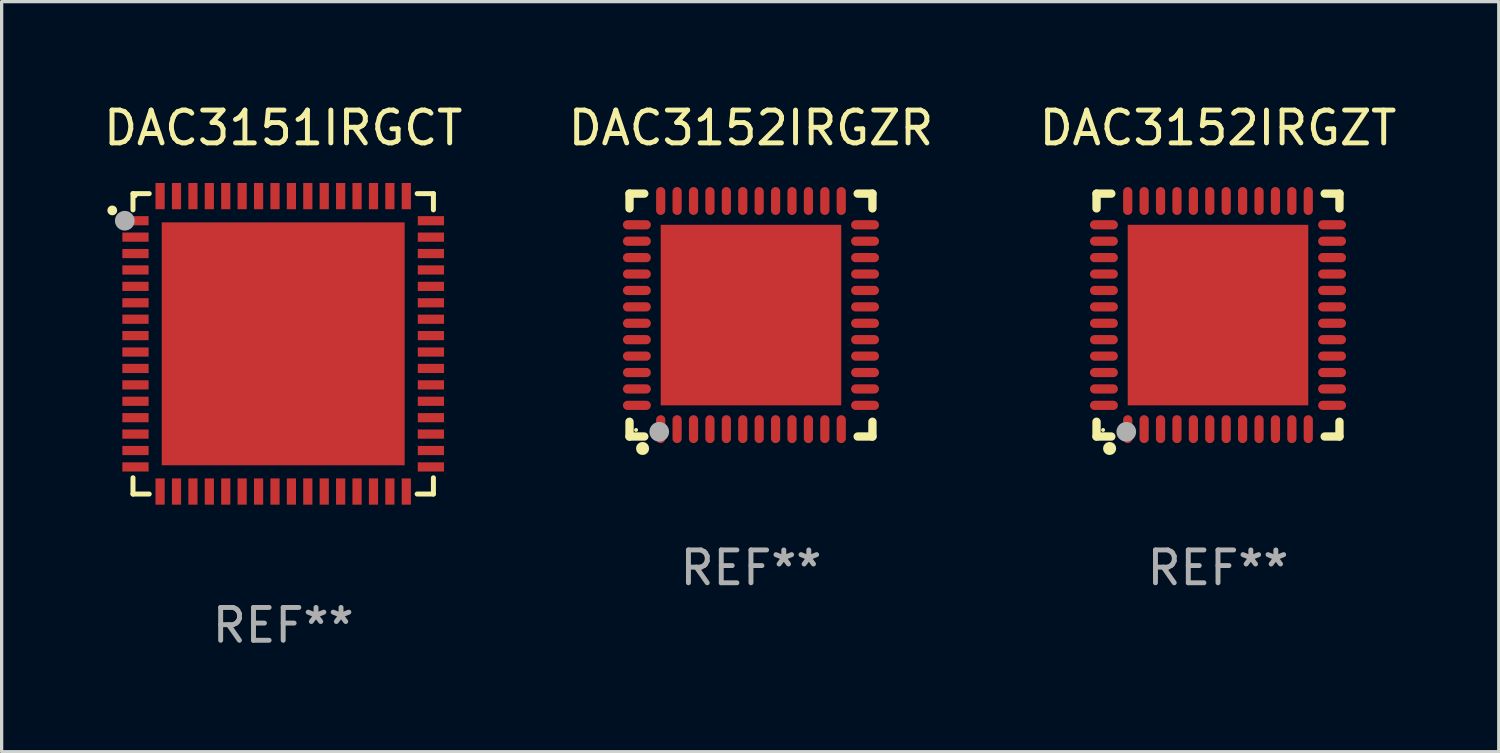
<source format=kicad_pcb>
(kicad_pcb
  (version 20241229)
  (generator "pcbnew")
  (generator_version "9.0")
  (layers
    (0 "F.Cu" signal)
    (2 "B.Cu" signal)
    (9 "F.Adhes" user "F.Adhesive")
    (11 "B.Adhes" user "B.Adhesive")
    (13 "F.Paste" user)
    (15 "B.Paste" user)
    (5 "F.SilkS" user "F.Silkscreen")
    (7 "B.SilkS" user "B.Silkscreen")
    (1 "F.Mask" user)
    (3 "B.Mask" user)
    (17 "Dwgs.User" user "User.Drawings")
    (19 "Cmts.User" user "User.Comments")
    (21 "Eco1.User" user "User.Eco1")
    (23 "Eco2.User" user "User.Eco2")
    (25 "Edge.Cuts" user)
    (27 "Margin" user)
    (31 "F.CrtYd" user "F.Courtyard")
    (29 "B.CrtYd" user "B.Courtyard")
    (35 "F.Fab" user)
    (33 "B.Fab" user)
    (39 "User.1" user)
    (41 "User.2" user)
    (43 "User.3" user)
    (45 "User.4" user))
  (footprint "DAC3152IRGZR"
    (layer "F.Cu")
    (at 19.827 6.548)
    (property "Reference" "DAC3152IRGZR" (at 0 -5.7 0) (layer "F.SilkS") (effects (font (size 1 1) (thickness 0.15))))
    (attr through_hole)
    (fp_line (start -3.7 -3.7) (end -3.25 -3.7) (stroke (width 0.254) (type solid)) (layer "F.SilkS"))
    (fp_line (start -3.7 -3.25) (end -3.7 -3.7) (stroke (width 0.254) (type solid)) (layer "F.SilkS"))
    (fp_line (start -3.7 3.7) (end -3.7 3.25) (stroke (width 0.254) (type solid)) (layer "F.SilkS"))
    (fp_line (start -3.25 3.7) (end -3.7 3.7) (stroke (width 0.254) (type solid)) (layer "F.SilkS"))
    (fp_line (start 3.25 3.7) (end 3.7 3.7) (stroke (width 0.254) (type solid)) (layer "F.SilkS"))
    (fp_line (start 3.7 -3.7) (end 3.25 -3.7) (stroke (width 0.254) (type solid)) (layer "F.SilkS"))
    (fp_line (start 3.7 -3.25) (end 3.7 -3.7) (stroke (width 0.254) (type solid)) (layer "F.SilkS"))
    (fp_line (start 3.7 3.7) (end 3.7 3.25) (stroke (width 0.254) (type solid)) (layer "F.SilkS"))
    (fp_circle (center -3.5 3.5) (end -3.47 3.5) (stroke (width 0.06) (type solid)) (fill no) (layer "F.SilkS"))
    (fp_circle (center -3.302 4.064) (end -3.202 4.064) (stroke (width 0.2) (type solid)) (fill no) (layer "F.SilkS"))
    (fp_circle (center -2.794 3.556) (end -2.644 3.556) (stroke (width 0.3) (type solid)) (fill no) (layer "F.Fab"))
    (fp_text user "REF**" (at 0 7.7 0) (layer "F.Fab") (effects (font (size 1 1) (thickness 0.15))))
    (pad "1" smd oval (at -2.75 3.475) (size 0.28 0.85) (layers "F.Cu" "F.Mask" "F.Paste"))
    (pad "2" smd oval (at -2.25 3.475) (size 0.28 0.85) (layers "F.Cu" "F.Mask" "F.Paste"))
    (pad "3" smd oval (at -1.75 3.475) (size 0.28 0.85) (layers "F.Cu" "F.Mask" "F.Paste"))
    (pad "4" smd oval (at -1.25 3.475) (size 0.28 0.85) (layers "F.Cu" "F.Mask" "F.Paste"))
    (pad "5" smd oval (at -0.75 3.475) (size 0.28 0.85) (layers "F.Cu" "F.Mask" "F.Paste"))
    (pad "6" smd oval (at -0.25 3.475) (size 0.28 0.85) (layers "F.Cu" "F.Mask" "F.Paste"))
    (pad "7" smd oval (at 0.25 3.475) (size 0.28 0.85) (layers "F.Cu" "F.Mask" "F.Paste"))
    (pad "8" smd oval (at 0.75 3.475) (size 0.28 0.85) (layers "F.Cu" "F.Mask" "F.Paste"))
    (pad "9" smd oval (at 1.25 3.475) (size 0.28 0.85) (layers "F.Cu" "F.Mask" "F.Paste"))
    (pad "10" smd oval (at 1.75 3.475) (size 0.28 0.85) (layers "F.Cu" "F.Mask" "F.Paste"))
    (pad "11" smd oval (at 2.25 3.475) (size 0.28 0.85) (layers "F.Cu" "F.Mask" "F.Paste"))
    (pad "12" smd oval (at 2.75 3.475) (size 0.28 0.85) (layers "F.Cu" "F.Mask" "F.Paste"))
    (pad "13" smd oval (at 3.475 2.75) (size 0.85 0.28) (layers "F.Cu" "F.Mask" "F.Paste"))
    (pad "14" smd oval (at 3.475 2.25) (size 0.85 0.28) (layers "F.Cu" "F.Mask" "F.Paste"))
    (pad "15" smd oval (at 3.475 1.75) (size 0.85 0.28) (layers "F.Cu" "F.Mask" "F.Paste"))
    (pad "16" smd oval (at 3.475 1.25) (size 0.85 0.28) (layers "F.Cu" "F.Mask" "F.Paste"))
    (pad "17" smd oval (at 3.475 0.75) (size 0.85 0.28) (layers "F.Cu" "F.Mask" "F.Paste"))
    (pad "18" smd oval (at 3.475 0.25) (size 0.85 0.28) (layers "F.Cu" "F.Mask" "F.Paste"))
    (pad "19" smd oval (at 3.475 -0.25) (size 0.85 0.28) (layers "F.Cu" "F.Mask" "F.Paste"))
    (pad "20" smd oval (at 3.475 -0.75) (size 0.85 0.28) (layers "F.Cu" "F.Mask" "F.Paste"))
    (pad "21" smd oval (at 3.475 -1.25) (size 0.85 0.28) (layers "F.Cu" "F.Mask" "F.Paste"))
    (pad "22" smd oval (at 3.475 -1.75) (size 0.85 0.28) (layers "F.Cu" "F.Mask" "F.Paste"))
    (pad "23" smd oval (at 3.475 -2.25) (size 0.85 0.28) (layers "F.Cu" "F.Mask" "F.Paste"))
    (pad "24" smd oval (at 3.475 -2.75) (size 0.85 0.28) (layers "F.Cu" "F.Mask" "F.Paste"))
    (pad "25" smd oval (at 2.75 -3.475) (size 0.28 0.85) (layers "F.Cu" "F.Mask" "F.Paste"))
    (pad "26" smd oval (at 2.25 -3.475) (size 0.28 0.85) (layers "F.Cu" "F.Mask" "F.Paste"))
    (pad "27" smd oval (at 1.75 -3.475) (size 0.28 0.85) (layers "F.Cu" "F.Mask" "F.Paste"))
    (pad "28" smd oval (at 1.25 -3.475) (size 0.28 0.85) (layers "F.Cu" "F.Mask" "F.Paste"))
    (pad "29" smd oval (at 0.75 -3.475) (size 0.28 0.85) (layers "F.Cu" "F.Mask" "F.Paste"))
    (pad "30" smd oval (at 0.25 -3.475) (size 0.28 0.85) (layers "F.Cu" "F.Mask" "F.Paste"))
    (pad "31" smd oval (at -0.25 -3.475) (size 0.28 0.85) (layers "F.Cu" "F.Mask" "F.Paste"))
    (pad "32" smd oval (at -0.75 -3.475) (size 0.28 0.85) (layers "F.Cu" "F.Mask" "F.Paste"))
    (pad "33" smd oval (at -1.25 -3.475) (size 0.28 0.85) (layers "F.Cu" "F.Mask" "F.Paste"))
    (pad "34" smd oval (at -1.75 -3.475) (size 0.28 0.85) (layers "F.Cu" "F.Mask" "F.Paste"))
    (pad "35" smd oval (at -2.25 -3.475) (size 0.28 0.85) (layers "F.Cu" "F.Mask" "F.Paste"))
    (pad "36" smd oval (at -2.75 -3.475) (size 0.28 0.85) (layers "F.Cu" "F.Mask" "F.Paste"))
    (pad "37" smd oval (at -3.475 -2.75) (size 0.85 0.28) (layers "F.Cu" "F.Mask" "F.Paste"))
    (pad "38" smd oval (at -3.475 -2.25) (size 0.85 0.28) (layers "F.Cu" "F.Mask" "F.Paste"))
    (pad "39" smd oval (at -3.475 -1.75) (size 0.85 0.28) (layers "F.Cu" "F.Mask" "F.Paste"))
    (pad "40" smd oval (at -3.475 -1.25) (size 0.85 0.28) (layers "F.Cu" "F.Mask" "F.Paste"))
    (pad "41" smd oval (at -3.475 -0.75) (size 0.85 0.28) (layers "F.Cu" "F.Mask" "F.Paste"))
    (pad "42" smd oval (at -3.475 -0.25) (size 0.85 0.28) (layers "F.Cu" "F.Mask" "F.Paste"))
    (pad "43" smd oval (at -3.475 0.25) (size 0.85 0.28) (layers "F.Cu" "F.Mask" "F.Paste"))
    (pad "44" smd oval (at -3.475 0.75) (size 0.85 0.28) (layers "F.Cu" "F.Mask" "F.Paste"))
    (pad "45" smd oval (at -3.475 1.25) (size 0.85 0.28) (layers "F.Cu" "F.Mask" "F.Paste"))
    (pad "46" smd oval (at -3.475 1.75) (size 0.85 0.28) (layers "F.Cu" "F.Mask" "F.Paste"))
    (pad "47" smd oval (at -3.475 2.25) (size 0.85 0.28) (layers "F.Cu" "F.Mask" "F.Paste"))
    (pad "48" smd oval (at -3.475 2.75) (size 0.85 0.28) (layers "F.Cu" "F.Mask" "F.Paste"))
    (pad "49" smd rect (at -0.000102 0.000102) (size 5.5 5.5) (layers "F.Cu" "F.Mask" "F.Paste")))
  (footprint "DAC3152IRGZT"
    (layer "F.Cu")
    (at 34.054 6.548)
    (property "Reference" "DAC3152IRGZT" (at 0 -5.7 0) (layer "F.SilkS") (effects (font (size 1 1) (thickness 0.15))))
    (attr through_hole)
    (fp_line (start -3.7 -3.7) (end -3.25 -3.7) (stroke (width 0.254) (type solid)) (layer "F.SilkS"))
    (fp_line (start -3.7 -3.25) (end -3.7 -3.7) (stroke (width 0.254) (type solid)) (layer "F.SilkS"))
    (fp_line (start -3.7 3.7) (end -3.7 3.25) (stroke (width 0.254) (type solid)) (layer "F.SilkS"))
    (fp_line (start -3.25 3.7) (end -3.7 3.7) (stroke (width 0.254) (type solid)) (layer "F.SilkS"))
    (fp_line (start 3.25 3.7) (end 3.7 3.7) (stroke (width 0.254) (type solid)) (layer "F.SilkS"))
    (fp_line (start 3.7 -3.7) (end 3.25 -3.7) (stroke (width 0.254) (type solid)) (layer "F.SilkS"))
    (fp_line (start 3.7 -3.25) (end 3.7 -3.7) (stroke (width 0.254) (type solid)) (layer "F.SilkS"))
    (fp_line (start 3.7 3.7) (end 3.7 3.25) (stroke (width 0.254) (type solid)) (layer "F.SilkS"))
    (fp_circle (center -3.5 3.5) (end -3.47 3.5) (stroke (width 0.06) (type solid)) (fill no) (layer "F.SilkS"))
    (fp_circle (center -3.302 4.064) (end -3.202 4.064) (stroke (width 0.2) (type solid)) (fill no) (layer "F.SilkS"))
    (fp_circle (center -2.794 3.556) (end -2.644 3.556) (stroke (width 0.3) (type solid)) (fill no) (layer "F.Fab"))
    (fp_text user "REF**" (at 0 7.7 0) (layer "F.Fab") (effects (font (size 1 1) (thickness 0.15))))
    (pad "1" smd oval (at -2.75 3.475) (size 0.28 0.85) (layers "F.Cu" "F.Mask" "F.Paste"))
    (pad "2" smd oval (at -2.25 3.475) (size 0.28 0.85) (layers "F.Cu" "F.Mask" "F.Paste"))
    (pad "3" smd oval (at -1.75 3.475) (size 0.28 0.85) (layers "F.Cu" "F.Mask" "F.Paste"))
    (pad "4" smd oval (at -1.25 3.475) (size 0.28 0.85) (layers "F.Cu" "F.Mask" "F.Paste"))
    (pad "5" smd oval (at -0.75 3.475) (size 0.28 0.85) (layers "F.Cu" "F.Mask" "F.Paste"))
    (pad "6" smd oval (at -0.25 3.475) (size 0.28 0.85) (layers "F.Cu" "F.Mask" "F.Paste"))
    (pad "7" smd oval (at 0.25 3.475) (size 0.28 0.85) (layers "F.Cu" "F.Mask" "F.Paste"))
    (pad "8" smd oval (at 0.75 3.475) (size 0.28 0.85) (layers "F.Cu" "F.Mask" "F.Paste"))
    (pad "9" smd oval (at 1.25 3.475) (size 0.28 0.85) (layers "F.Cu" "F.Mask" "F.Paste"))
    (pad "10" smd oval (at 1.75 3.475) (size 0.28 0.85) (layers "F.Cu" "F.Mask" "F.Paste"))
    (pad "11" smd oval (at 2.25 3.475) (size 0.28 0.85) (layers "F.Cu" "F.Mask" "F.Paste"))
    (pad "12" smd oval (at 2.75 3.475) (size 0.28 0.85) (layers "F.Cu" "F.Mask" "F.Paste"))
    (pad "13" smd oval (at 3.475 2.75) (size 0.85 0.28) (layers "F.Cu" "F.Mask" "F.Paste"))
    (pad "14" smd oval (at 3.475 2.25) (size 0.85 0.28) (layers "F.Cu" "F.Mask" "F.Paste"))
    (pad "15" smd oval (at 3.475 1.75) (size 0.85 0.28) (layers "F.Cu" "F.Mask" "F.Paste"))
    (pad "16" smd oval (at 3.475 1.25) (size 0.85 0.28) (layers "F.Cu" "F.Mask" "F.Paste"))
    (pad "17" smd oval (at 3.475 0.75) (size 0.85 0.28) (layers "F.Cu" "F.Mask" "F.Paste"))
    (pad "18" smd oval (at 3.475 0.25) (size 0.85 0.28) (layers "F.Cu" "F.Mask" "F.Paste"))
    (pad "19" smd oval (at 3.475 -0.25) (size 0.85 0.28) (layers "F.Cu" "F.Mask" "F.Paste"))
    (pad "20" smd oval (at 3.475 -0.75) (size 0.85 0.28) (layers "F.Cu" "F.Mask" "F.Paste"))
    (pad "21" smd oval (at 3.475 -1.25) (size 0.85 0.28) (layers "F.Cu" "F.Mask" "F.Paste"))
    (pad "22" smd oval (at 3.475 -1.75) (size 0.85 0.28) (layers "F.Cu" "F.Mask" "F.Paste"))
    (pad "23" smd oval (at 3.475 -2.25) (size 0.85 0.28) (layers "F.Cu" "F.Mask" "F.Paste"))
    (pad "24" smd oval (at 3.475 -2.75) (size 0.85 0.28) (layers "F.Cu" "F.Mask" "F.Paste"))
    (pad "25" smd oval (at 2.75 -3.475) (size 0.28 0.85) (layers "F.Cu" "F.Mask" "F.Paste"))
    (pad "26" smd oval (at 2.25 -3.475) (size 0.28 0.85) (layers "F.Cu" "F.Mask" "F.Paste"))
    (pad "27" smd oval (at 1.75 -3.475) (size 0.28 0.85) (layers "F.Cu" "F.Mask" "F.Paste"))
    (pad "28" smd oval (at 1.25 -3.475) (size 0.28 0.85) (layers "F.Cu" "F.Mask" "F.Paste"))
    (pad "29" smd oval (at 0.75 -3.475) (size 0.28 0.85) (layers "F.Cu" "F.Mask" "F.Paste"))
    (pad "30" smd oval (at 0.25 -3.475) (size 0.28 0.85) (layers "F.Cu" "F.Mask" "F.Paste"))
    (pad "31" smd oval (at -0.25 -3.475) (size 0.28 0.85) (layers "F.Cu" "F.Mask" "F.Paste"))
    (pad "32" smd oval (at -0.75 -3.475) (size 0.28 0.85) (layers "F.Cu" "F.Mask" "F.Paste"))
    (pad "33" smd oval (at -1.25 -3.475) (size 0.28 0.85) (layers "F.Cu" "F.Mask" "F.Paste"))
    (pad "34" smd oval (at -1.75 -3.475) (size 0.28 0.85) (layers "F.Cu" "F.Mask" "F.Paste"))
    (pad "35" smd oval (at -2.25 -3.475) (size 0.28 0.85) (layers "F.Cu" "F.Mask" "F.Paste"))
    (pad "36" smd oval (at -2.75 -3.475) (size 0.28 0.85) (layers "F.Cu" "F.Mask" "F.Paste"))
    (pad "37" smd oval (at -3.475 -2.75) (size 0.85 0.28) (layers "F.Cu" "F.Mask" "F.Paste"))
    (pad "38" smd oval (at -3.475 -2.25) (size 0.85 0.28) (layers "F.Cu" "F.Mask" "F.Paste"))
    (pad "39" smd oval (at -3.475 -1.75) (size 0.85 0.28) (layers "F.Cu" "F.Mask" "F.Paste"))
    (pad "40" smd oval (at -3.475 -1.25) (size 0.85 0.28) (layers "F.Cu" "F.Mask" "F.Paste"))
    (pad "41" smd oval (at -3.475 -0.75) (size 0.85 0.28) (layers "F.Cu" "F.Mask" "F.Paste"))
    (pad "42" smd oval (at -3.475 -0.25) (size 0.85 0.28) (layers "F.Cu" "F.Mask" "F.Paste"))
    (pad "43" smd oval (at -3.475 0.25) (size 0.85 0.28) (layers "F.Cu" "F.Mask" "F.Paste"))
    (pad "44" smd oval (at -3.475 0.75) (size 0.85 0.28) (layers "F.Cu" "F.Mask" "F.Paste"))
    (pad "45" smd oval (at -3.475 1.25) (size 0.85 0.28) (layers "F.Cu" "F.Mask" "F.Paste"))
    (pad "46" smd oval (at -3.475 1.75) (size 0.85 0.28) (layers "F.Cu" "F.Mask" "F.Paste"))
    (pad "47" smd oval (at -3.475 2.25) (size 0.85 0.28) (layers "F.Cu" "F.Mask" "F.Paste"))
    (pad "48" smd oval (at -3.475 2.75) (size 0.85 0.28) (layers "F.Cu" "F.Mask" "F.Paste"))
    (pad "49" smd rect (at -0.000102 0.000102) (size 5.5 5.5) (layers "F.Cu" "F.Mask" "F.Paste")))
  (footprint "DAC3151IRGCT"
    (layer "F.Cu")
    (at 5.577 7.424)
    (property "Reference" "DAC3151IRGCT" (at 0 -6.576 0) (layer "F.SilkS") (effects (font (size 1 1) (thickness 0.15))))
    (attr through_hole)
    (fp_line (start -4.576 -4.576) (end -4.576 -4.081) (stroke (width 0.152) (type solid)) (layer "F.SilkS"))
    (fp_line (start -4.576 4.576) (end -4.576 4.081) (stroke (width 0.152) (type solid)) (layer "F.SilkS"))
    (fp_line (start -4.081 -4.576) (end -4.576 -4.576) (stroke (width 0.152) (type solid)) (layer "F.SilkS"))
    (fp_line (start -4.081 4.576) (end -4.576 4.576) (stroke (width 0.152) (type solid)) (layer "F.SilkS"))
    (fp_line (start 4.081 -4.576) (end 4.576 -4.576) (stroke (width 0.152) (type solid)) (layer "F.SilkS"))
    (fp_line (start 4.081 4.576) (end 4.576 4.576) (stroke (width 0.152) (type solid)) (layer "F.SilkS"))
    (fp_line (start 4.576 -4.576) (end 4.576 -4.081) (stroke (width 0.152) (type solid)) (layer "F.SilkS"))
    (fp_line (start 4.576 4.576) (end 4.576 4.081) (stroke (width 0.152) (type solid)) (layer "F.SilkS"))
    (fp_circle (center -5.207 -4.064) (end -5.132 -4.064) (stroke (width 0.15) (type solid)) (fill no) (layer "F.SilkS"))
    (fp_circle (center -4.5 -4.5) (end -4.47 -4.5) (stroke (width 0.06) (type solid)) (fill no) (layer "F.SilkS"))
    (fp_circle (center -4.826 -3.75) (end -4.676 -3.75) (stroke (width 0.3) (type solid)) (fill no) (layer "F.Fab"))
    (fp_text user "REF**" (at 0 8.576 0) (layer "F.Fab") (effects (font (size 1 1) (thickness 0.15))))
    (pad "1" smd rect (at -4.5 -3.75) (size 0.8 0.28) (layers "F.Cu" "F.Mask" "F.Paste"))
    (pad "2" smd rect (at -4.5 -3.25) (size 0.8 0.28) (layers "F.Cu" "F.Mask" "F.Paste"))
    (pad "3" smd rect (at -4.5 -2.75) (size 0.8 0.28) (layers "F.Cu" "F.Mask" "F.Paste"))
    (pad "4" smd rect (at -4.5 -2.25) (size 0.8 0.28) (layers "F.Cu" "F.Mask" "F.Paste"))
    (pad "5" smd rect (at -4.5 -1.75) (size 0.8 0.28) (layers "F.Cu" "F.Mask" "F.Paste"))
    (pad "6" smd rect (at -4.5 -1.25) (size 0.8 0.28) (layers "F.Cu" "F.Mask" "F.Paste"))
    (pad "7" smd rect (at -4.5 -0.75) (size 0.8 0.28) (layers "F.Cu" "F.Mask" "F.Paste"))
    (pad "8" smd rect (at -4.5 -0.25) (size 0.8 0.28) (layers "F.Cu" "F.Mask" "F.Paste"))
    (pad "9" smd rect (at -4.5 0.25) (size 0.8 0.28) (layers "F.Cu" "F.Mask" "F.Paste"))
    (pad "10" smd rect (at -4.5 0.75) (size 0.8 0.28) (layers "F.Cu" "F.Mask" "F.Paste"))
    (pad "11" smd rect (at -4.5 1.25) (size 0.8 0.28) (layers "F.Cu" "F.Mask" "F.Paste"))
    (pad "12" smd rect (at -4.5 1.75) (size 0.8 0.28) (layers "F.Cu" "F.Mask" "F.Paste"))
    (pad "13" smd rect (at -4.5 2.25) (size 0.8 0.28) (layers "F.Cu" "F.Mask" "F.Paste"))
    (pad "14" smd rect (at -4.5 2.75) (size 0.8 0.28) (layers "F.Cu" "F.Mask" "F.Paste"))
    (pad "15" smd rect (at -4.5 3.25) (size 0.8 0.28) (layers "F.Cu" "F.Mask" "F.Paste"))
    (pad "16" smd rect (at -4.5 3.75) (size 0.8 0.28) (layers "F.Cu" "F.Mask" "F.Paste"))
    (pad "17" smd rect (at -3.75 4.5) (size 0.28 0.8) (layers "F.Cu" "F.Mask" "F.Paste"))
    (pad "18" smd rect (at -3.25 4.5) (size 0.28 0.8) (layers "F.Cu" "F.Mask" "F.Paste"))
    (pad "19" smd rect (at -2.75 4.5) (size 0.28 0.8) (layers "F.Cu" "F.Mask" "F.Paste"))
    (pad "20" smd rect (at -2.25 4.5) (size 0.28 0.8) (layers "F.Cu" "F.Mask" "F.Paste"))
    (pad "21" smd rect (at -1.75 4.5) (size 0.28 0.8) (layers "F.Cu" "F.Mask" "F.Paste"))
    (pad "22" smd rect (at -1.25 4.5) (size 0.28 0.8) (layers "F.Cu" "F.Mask" "F.Paste"))
    (pad "23" smd rect (at -0.75 4.5) (size 0.28 0.8) (layers "F.Cu" "F.Mask" "F.Paste"))
    (pad "24" smd rect (at -0.25 4.5) (size 0.28 0.8) (layers "F.Cu" "F.Mask" "F.Paste"))
    (pad "25" smd rect (at 0.25 4.5) (size 0.28 0.8) (layers "F.Cu" "F.Mask" "F.Paste"))
    (pad "26" smd rect (at 0.75 4.5) (size 0.28 0.8) (layers "F.Cu" "F.Mask" "F.Paste"))
    (pad "27" smd rect (at 1.25 4.5) (size 0.28 0.8) (layers "F.Cu" "F.Mask" "F.Paste"))
    (pad "28" smd rect (at 1.75 4.5) (size 0.28 0.8) (layers "F.Cu" "F.Mask" "F.Paste"))
    (pad "29" smd rect (at 2.25 4.5) (size 0.28 0.8) (layers "F.Cu" "F.Mask" "F.Paste"))
    (pad "30" smd rect (at 2.75 4.5) (size 0.28 0.8) (layers "F.Cu" "F.Mask" "F.Paste"))
    (pad "31" smd rect (at 3.25 4.5) (size 0.28 0.8) (layers "F.Cu" "F.Mask" "F.Paste"))
    (pad "32" smd rect (at 3.75 4.5) (size 0.28 0.8) (layers "F.Cu" "F.Mask" "F.Paste"))
    (pad "33" smd rect (at 4.5 3.75) (size 0.8 0.28) (layers "F.Cu" "F.Mask" "F.Paste"))
    (pad "34" smd rect (at 4.5 3.25) (size 0.8 0.28) (layers "F.Cu" "F.Mask" "F.Paste"))
    (pad "35" smd rect (at 4.5 2.75) (size 0.8 0.28) (layers "F.Cu" "F.Mask" "F.Paste"))
    (pad "36" smd rect (at 4.5 2.25) (size 0.8 0.28) (layers "F.Cu" "F.Mask" "F.Paste"))
    (pad "37" smd rect (at 4.5 1.75) (size 0.8 0.28) (layers "F.Cu" "F.Mask" "F.Paste"))
    (pad "38" smd rect (at 4.5 1.25) (size 0.8 0.28) (layers "F.Cu" "F.Mask" "F.Paste"))
    (pad "39" smd rect (at 4.5 0.75) (size 0.8 0.28) (layers "F.Cu" "F.Mask" "F.Paste"))
    (pad "40" smd rect (at 4.5 0.25) (size 0.8 0.28) (layers "F.Cu" "F.Mask" "F.Paste"))
    (pad "41" smd rect (at 4.5 -0.25) (size 0.8 0.28) (layers "F.Cu" "F.Mask" "F.Paste"))
    (pad "42" smd rect (at 4.5 -0.75) (size 0.8 0.28) (layers "F.Cu" "F.Mask" "F.Paste"))
    (pad "43" smd rect (at 4.5 -1.25) (size 0.8 0.28) (layers "F.Cu" "F.Mask" "F.Paste"))
    (pad "44" smd rect (at 4.5 -1.75) (size 0.8 0.28) (layers "F.Cu" "F.Mask" "F.Paste"))
    (pad "45" smd rect (at 4.5 -2.25) (size 0.8 0.28) (layers "F.Cu" "F.Mask" "F.Paste"))
    (pad "46" smd rect (at 4.5 -2.75) (size 0.8 0.28) (layers "F.Cu" "F.Mask" "F.Paste"))
    (pad "47" smd rect (at 4.5 -3.25) (size 0.8 0.28) (layers "F.Cu" "F.Mask" "F.Paste"))
    (pad "48" smd rect (at 4.5 -3.75) (size 0.8 0.28) (layers "F.Cu" "F.Mask" "F.Paste"))
    (pad "49" smd rect (at 3.75 -4.5) (size 0.28 0.8) (layers "F.Cu" "F.Mask" "F.Paste"))
    (pad "50" smd rect (at 3.25 -4.5) (size 0.28 0.8) (layers "F.Cu" "F.Mask" "F.Paste"))
    (pad "51" smd rect (at 2.75 -4.5) (size 0.28 0.8) (layers "F.Cu" "F.Mask" "F.Paste"))
    (pad "52" smd rect (at 2.25 -4.5) (size 0.28 0.8) (layers "F.Cu" "F.Mask" "F.Paste"))
    (pad "53" smd rect (at 1.75 -4.5) (size 0.28 0.8) (layers "F.Cu" "F.Mask" "F.Paste"))
    (pad "54" smd rect (at 1.25 -4.5) (size 0.28 0.8) (layers "F.Cu" "F.Mask" "F.Paste"))
    (pad "55" smd rect (at 0.75 -4.5) (size 0.28 0.8) (layers "F.Cu" "F.Mask" "F.Paste"))
    (pad "56" smd rect (at 0.25 -4.5) (size 0.28 0.8) (layers "F.Cu" "F.Mask" "F.Paste"))
    (pad "57" smd rect (at -0.25 -4.5) (size 0.28 0.8) (layers "F.Cu" "F.Mask" "F.Paste"))
    (pad "58" smd rect (at -0.75 -4.5) (size 0.28 0.8) (layers "F.Cu" "F.Mask" "F.Paste"))
    (pad "59" smd rect (at -1.25 -4.5) (size 0.28 0.8) (layers "F.Cu" "F.Mask" "F.Paste"))
    (pad "60" smd rect (at -1.75 -4.5) (size 0.28 0.8) (layers "F.Cu" "F.Mask" "F.Paste"))
    (pad "61" smd rect (at -2.25 -4.5) (size 0.28 0.8) (layers "F.Cu" "F.Mask" "F.Paste"))
    (pad "62" smd rect (at -2.75 -4.5) (size 0.28 0.8) (layers "F.Cu" "F.Mask" "F.Paste"))
    (pad "63" smd rect (at -3.25 -4.5) (size 0.28 0.8) (layers "F.Cu" "F.Mask" "F.Paste"))
    (pad "64" smd rect (at -3.75 -4.5) (size 0.28 0.8) (layers "F.Cu" "F.Mask" "F.Paste"))
    (pad "65" smd rect (at 0 0) (size 7.4 7.4) (layers "F.Cu" "F.Mask" "F.Paste")))
  (gr_rect
    (start -3 -3)
    (end 42.607 19.849)
    (stroke (width 0.1) (type default))
    (fill no)
    (layer "Edge.Cuts")))
</source>
